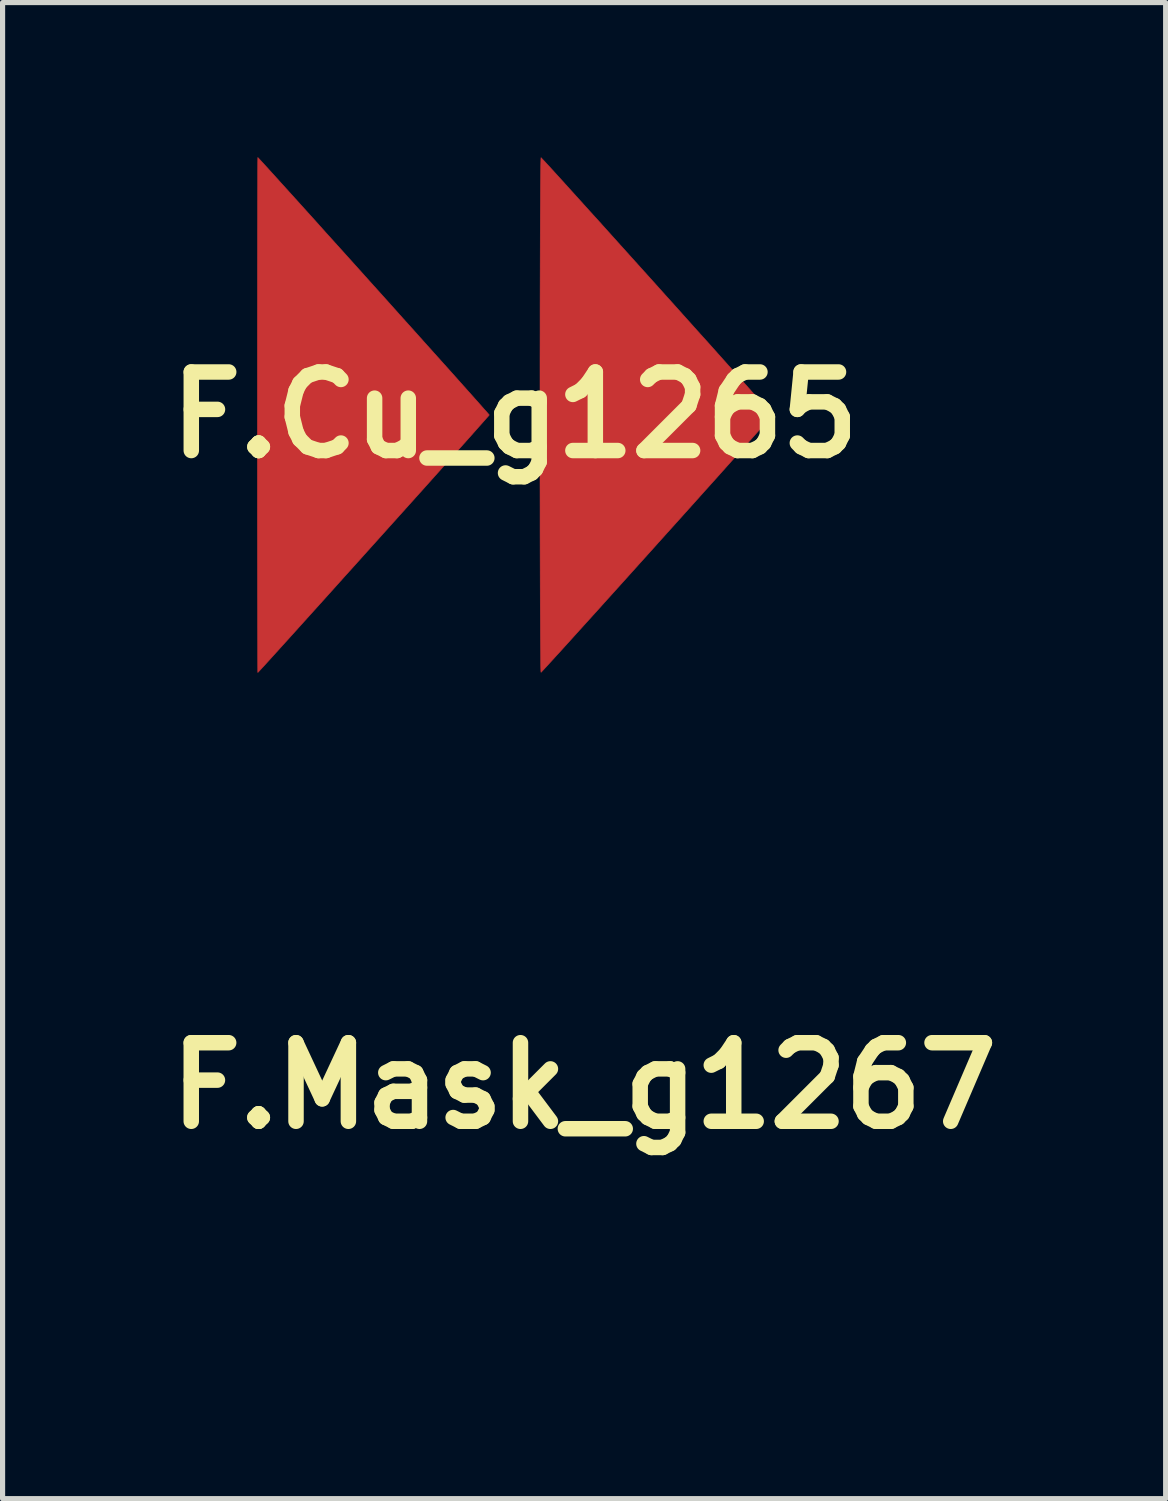
<source format=kicad_pcb>
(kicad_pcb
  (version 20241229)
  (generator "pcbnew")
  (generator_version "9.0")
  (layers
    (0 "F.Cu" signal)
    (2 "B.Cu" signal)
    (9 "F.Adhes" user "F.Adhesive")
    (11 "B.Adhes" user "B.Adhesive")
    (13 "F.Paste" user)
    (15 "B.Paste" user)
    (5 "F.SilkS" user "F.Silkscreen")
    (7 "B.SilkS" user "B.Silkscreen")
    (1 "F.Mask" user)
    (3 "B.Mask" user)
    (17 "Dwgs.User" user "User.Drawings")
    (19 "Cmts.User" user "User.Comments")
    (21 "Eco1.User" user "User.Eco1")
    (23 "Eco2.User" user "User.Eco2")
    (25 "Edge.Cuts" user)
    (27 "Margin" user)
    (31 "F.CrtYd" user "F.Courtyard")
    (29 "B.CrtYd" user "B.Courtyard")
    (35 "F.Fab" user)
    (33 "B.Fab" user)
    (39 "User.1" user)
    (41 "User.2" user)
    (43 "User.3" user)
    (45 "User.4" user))
  (footprint "F.Mask_g1267"
    (layer "F.Cu")
    (at 8.28 18.011)
    (property "Reference" "F.Mask_g1267" (at 0 0 0) (layer "F.SilkS") (effects (font (size 1.524 1.524) (thickness 0.3))))
    (attr through_hole)
    (fp_poly (pts (xy -4.935 -4.942) (xy -4.914 -4.919) (xy -4.866 -4.867) (xy -4.794 -4.787) (xy -4.697 -4.68) (xy -4.579 -4.549) (xy -4.44 -4.395) (xy -4.283 -4.22) (xy -4.108 -4.026) (xy -3.918 -3.815) (xy -3.713 -3.588) (xy -3.496 -3.346) (xy -3.268 -3.093) (xy -3.031 -2.829) (xy -2.786 -2.557) (xy -2.68 -2.439) (xy -0.486 0) (xy -2.68 2.439) (xy -2.928 2.715) (xy -3.169 2.983) (xy -3.401 3.241) (xy -3.623 3.487) (xy -3.833 3.721) (xy -4.03 3.939) (xy -4.211 4.141) (xy -4.376 4.324) (xy -4.523 4.487) (xy -4.65 4.627) (xy -4.756 4.745) (xy -4.839 4.836) (xy -4.897 4.901) (xy -4.929 4.936) (xy -4.935 4.942) (xy -4.995 5.005) (xy -4.995 -5.005) (xy -4.935 -4.942)) (stroke (width 0.01) (type solid)) (fill yes) (layer "F.Mask"))
    (fp_poly (pts (xy 0.521 -4.975) (xy 0.564 -4.93) (xy 0.631 -4.857) (xy 0.72 -4.758) (xy 0.831 -4.636) (xy 0.961 -4.493) (xy 1.108 -4.331) (xy 1.27 -4.152) (xy 1.445 -3.957) (xy 1.633 -3.75) (xy 1.83 -3.531) (xy 2.035 -3.304) (xy 2.246 -3.069) (xy 2.461 -2.83) (xy 2.679 -2.588) (xy 2.898 -2.345) (xy 3.115 -2.104) (xy 3.329 -1.865) (xy 3.538 -1.632) (xy 3.741 -1.407) (xy 3.934 -1.191) (xy 4.118 -0.986) (xy 4.289 -0.795) (xy 4.446 -0.62) (xy 4.587 -0.462) (xy 4.71 -0.324) (xy 4.814 -0.208) (xy 4.896 -0.115) (xy 4.954 -0.048) (xy 4.988 -0.01) (xy 4.995 0) (xy 4.981 0.017) (xy 4.941 0.064) (xy 4.876 0.137) (xy 4.788 0.236) (xy 4.679 0.359) (xy 4.551 0.502) (xy 4.406 0.665) (xy 4.245 0.845) (xy 4.07 1.04) (xy 3.884 1.247) (xy 3.687 1.466) (xy 3.483 1.694) (xy 3.272 1.928) (xy 3.057 2.168) (xy 2.839 2.41) (xy 2.621 2.653) (xy 2.404 2.894) (xy 2.189 3.132) (xy 1.979 3.365) (xy 1.776 3.59) (xy 1.582 3.806) (xy 1.397 4.01) (xy 1.225 4.201) (xy 1.067 4.376) (xy 0.925 4.533) (xy 0.8 4.671) (xy 0.694 4.787) (xy 0.611 4.879) (xy 0.55 4.945) (xy 0.514 4.983) (xy 0.505 4.992) (xy 0.503 4.972) (xy 0.502 4.911) (xy 0.5 4.812) (xy 0.499 4.675) (xy 0.497 4.504) (xy 0.496 4.3) (xy 0.494 4.064) (xy 0.493 3.799) (xy 0.492 3.507) (xy 0.491 3.188) (xy 0.49 2.846) (xy 0.489 2.482) (xy 0.489 2.097) (xy 0.488 1.694) (xy 0.487 1.274) (xy 0.487 0.84) (xy 0.487 0.393) (xy 0.487 0) (xy 0.487 -0.457) (xy 0.487 -0.902) (xy 0.487 -1.335) (xy 0.488 -1.752) (xy 0.489 -2.153) (xy 0.489 -2.535) (xy 0.49 -2.896) (xy 0.491 -3.235) (xy 0.492 -3.55) (xy 0.493 -3.839) (xy 0.495 -4.1) (xy 0.496 -4.331) (xy 0.497 -4.531) (xy 0.499 -4.697) (xy 0.5 -4.828) (xy 0.502 -4.922) (xy 0.503 -4.977) (xy 0.505 -4.992) (xy 0.521 -4.975)) (stroke (width 0.01) (type solid)) (fill yes) (layer "F.Mask")))
  (footprint "F.Cu_g1265"
    (layer "F.Cu")
    (at 6.938 5)
    (property "Reference" "F.Cu_g1265" (at 0 0 0) (layer "F.SilkS") (effects (font (size 1.524 1.524) (thickness 0.3))))
    (attr through_hole)
    (fp_poly (pts (xy 0.523 -4.975) (xy 0.566 -4.93) (xy 0.634 -4.856) (xy 0.724 -4.758) (xy 0.835 -4.636) (xy 0.965 -4.493) (xy 1.112 -4.33) (xy 1.274 -4.151) (xy 1.45 -3.956) (xy 1.638 -3.749) (xy 1.835 -3.53) (xy 2.04 -3.302) (xy 2.251 -3.068) (xy 2.467 -2.828) (xy 2.685 -2.586) (xy 2.903 -2.343) (xy 3.12 -2.102) (xy 3.334 -1.863) (xy 3.543 -1.63) (xy 3.746 -1.405) (xy 3.939 -1.189) (xy 4.122 -0.984) (xy 4.293 -0.793) (xy 4.45 -0.618) (xy 4.59 -0.46) (xy 4.713 -0.323) (xy 4.816 -0.206) (xy 4.897 -0.114) (xy 4.956 -0.048) (xy 4.988 -0.009) (xy 4.995 0) (xy 4.981 0.018) (xy 4.941 0.064) (xy 4.876 0.139) (xy 4.788 0.238) (xy 4.679 0.361) (xy 4.551 0.505) (xy 4.405 0.668) (xy 4.244 0.848) (xy 4.07 1.043) (xy 3.884 1.251) (xy 3.687 1.47) (xy 3.483 1.698) (xy 3.272 1.933) (xy 3.057 2.172) (xy 2.839 2.414) (xy 2.621 2.657) (xy 2.403 2.899) (xy 2.189 3.137) (xy 1.979 3.37) (xy 1.776 3.595) (xy 1.582 3.811) (xy 1.397 4.015) (xy 1.225 4.205) (xy 1.067 4.38) (xy 0.925 4.537) (xy 0.8 4.674) (xy 0.695 4.789) (xy 0.612 4.88) (xy 0.551 4.946) (xy 0.516 4.983) (xy 0.507 4.992) (xy 0.504 4.972) (xy 0.502 4.91) (xy 0.5 4.808) (xy 0.499 4.667) (xy 0.497 4.487) (xy 0.495 4.269) (xy 0.494 4.015) (xy 0.492 3.725) (xy 0.491 3.4) (xy 0.49 3.042) (xy 0.489 2.651) (xy 0.488 2.228) (xy 0.488 1.774) (xy 0.487 1.291) (xy 0.487 0.778) (xy 0.487 0.237) (xy 0.487 0) (xy 0.487 -0.552) (xy 0.487 -1.077) (xy 0.488 -1.573) (xy 0.488 -2.04) (xy 0.489 -2.476) (xy 0.49 -2.88) (xy 0.491 -3.253) (xy 0.492 -3.592) (xy 0.493 -3.896) (xy 0.495 -4.166) (xy 0.496 -4.399) (xy 0.498 -4.595) (xy 0.5 -4.753) (xy 0.502 -4.872) (xy 0.504 -4.95) (xy 0.506 -4.988) (xy 0.507 -4.992) (xy 0.523 -4.975)) (stroke (width 0.01) (type solid)) (fill yes) (layer "F.Cu"))
    (fp_poly (pts (xy -4.972 -4.98) (xy -4.93 -4.935) (xy -4.864 -4.863) (xy -4.775 -4.765) (xy -4.665 -4.644) (xy -4.536 -4.501) (xy -4.39 -4.34) (xy -4.228 -4.161) (xy -4.053 -3.967) (xy -3.866 -3.76) (xy -3.67 -3.541) (xy -3.465 -3.314) (xy -3.254 -3.08) (xy -3.039 -2.841) (xy -2.821 -2.598) (xy -2.603 -2.356) (xy -2.386 -2.114) (xy -2.172 -1.875) (xy -1.962 -1.642) (xy -1.76 -1.416) (xy -1.566 -1.2) (xy -1.382 -0.995) (xy -1.21 -0.803) (xy -1.053 -0.627) (xy -0.911 -0.468) (xy -0.787 -0.329) (xy -0.683 -0.212) (xy -0.6 -0.118) (xy -0.54 -0.051) (xy -0.506 -0.011) (xy -0.497 0) (xy -0.511 0.017) (xy -0.552 0.063) (xy -0.617 0.137) (xy -0.705 0.236) (xy -0.813 0.358) (xy -0.941 0.502) (xy -1.087 0.665) (xy -1.247 0.844) (xy -1.422 1.039) (xy -1.608 1.247) (xy -1.804 1.466) (xy -2.008 1.693) (xy -2.219 1.928) (xy -2.434 2.167) (xy -2.652 2.41) (xy -2.87 2.652) (xy -3.087 2.894) (xy -3.302 3.132) (xy -3.511 3.365) (xy -3.714 3.591) (xy -3.909 3.807) (xy -4.093 4.011) (xy -4.265 4.202) (xy -4.423 4.377) (xy -4.566 4.535) (xy -4.691 4.673) (xy -4.796 4.789) (xy -4.88 4.881) (xy -4.941 4.947) (xy -4.977 4.986) (xy -4.987 4.995) (xy -4.988 4.974) (xy -4.988 4.913) (xy -4.989 4.813) (xy -4.99 4.676) (xy -4.99 4.505) (xy -4.991 4.3) (xy -4.992 4.064) (xy -4.992 3.798) (xy -4.993 3.505) (xy -4.993 3.186) (xy -4.994 2.843) (xy -4.994 2.479) (xy -4.995 2.094) (xy -4.995 1.69) (xy -4.995 1.27) (xy -4.995 0.836) (xy -4.995 0.389) (xy -4.995 0) (xy -4.995 -0.457) (xy -4.995 -0.902) (xy -4.995 -1.335) (xy -4.995 -1.752) (xy -4.994 -2.153) (xy -4.994 -2.535) (xy -4.994 -2.896) (xy -4.993 -3.236) (xy -4.993 -3.551) (xy -4.992 -3.84) (xy -4.992 -4.101) (xy -4.991 -4.333) (xy -4.99 -4.533) (xy -4.99 -4.699) (xy -4.989 -4.831) (xy -4.988 -4.925) (xy -4.987 -4.98) (xy -4.987 -4.995) (xy -4.972 -4.98)) (stroke (width 0.01) (type solid)) (fill yes) (layer "F.Cu")))
  (gr_rect
    (start -3 -3)
    (end 19.561 26.021)
    (stroke (width 0.1) (type default))
    (fill no)
    (layer "Edge.Cuts")))
</source>
